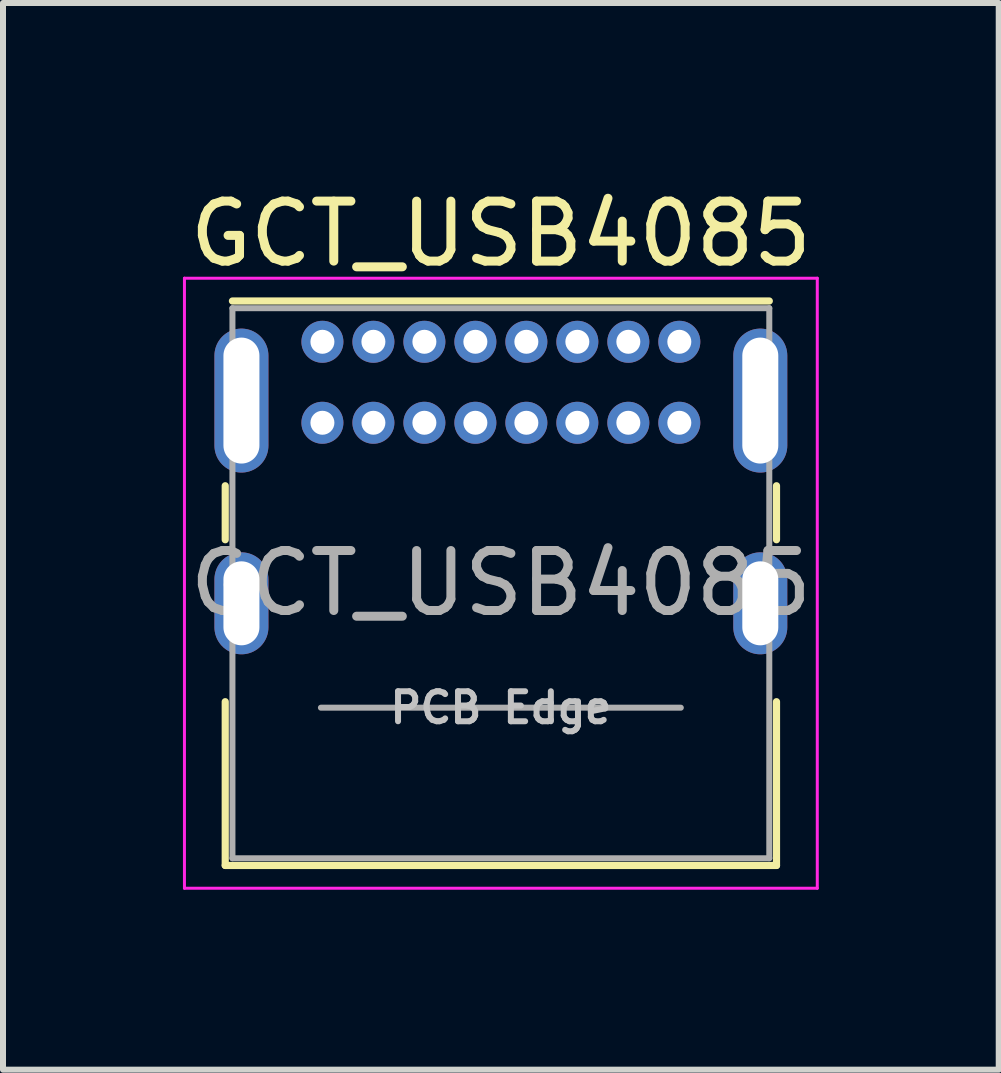
<source format=kicad_pcb>
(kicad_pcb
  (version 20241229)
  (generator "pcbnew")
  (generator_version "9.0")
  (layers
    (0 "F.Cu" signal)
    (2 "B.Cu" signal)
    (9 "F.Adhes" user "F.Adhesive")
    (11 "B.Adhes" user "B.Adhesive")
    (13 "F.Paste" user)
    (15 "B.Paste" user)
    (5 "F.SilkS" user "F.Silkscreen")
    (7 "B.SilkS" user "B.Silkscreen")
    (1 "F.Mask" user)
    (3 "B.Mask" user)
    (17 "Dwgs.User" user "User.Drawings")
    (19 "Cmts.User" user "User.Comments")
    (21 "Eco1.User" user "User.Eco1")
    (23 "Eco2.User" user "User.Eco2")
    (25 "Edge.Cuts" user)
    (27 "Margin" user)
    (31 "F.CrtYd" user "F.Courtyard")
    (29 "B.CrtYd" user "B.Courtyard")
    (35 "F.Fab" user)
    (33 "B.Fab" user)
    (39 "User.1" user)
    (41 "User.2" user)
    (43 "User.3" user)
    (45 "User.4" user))
  (footprint "GCT_USB4085"
    (layer "F.Cu")
    (at 2.325 2.648)
    (property "Reference" "GCT_USB4085" (at 2.975 -1.8 0) (layer "F.SilkS") (effects (font (size 1 1) (thickness 0.15))))
    (attr through_hole)
    (fp_line (start -1.62 2.4) (end -1.62 3.3) (stroke (width 0.12) (type solid)) (layer "F.SilkS"))
    (fp_line (start -1.62 6) (end -1.62 8.73) (stroke (width 0.12) (type solid)) (layer "F.SilkS"))
    (fp_line (start -1.62 8.73) (end 7.57 8.73) (stroke (width 0.12) (type solid)) (layer "F.SilkS"))
    (fp_line (start -1.5 -0.68) (end 7.45 -0.68) (stroke (width 0.12) (type solid)) (layer "F.SilkS"))
    (fp_line (start 7.57 2.4) (end 7.57 3.3) (stroke (width 0.12) (type solid)) (layer "F.SilkS"))
    (fp_line (start 7.57 6) (end 7.57 8.73) (stroke (width 0.12) (type solid)) (layer "F.SilkS"))
    (fp_line (start -2.3 -1.06) (end -2.3 9.11) (stroke (width 0.05) (type solid)) (layer "F.CrtYd"))
    (fp_line (start -2.3 -1.06) (end 8.25 -1.06) (stroke (width 0.05) (type solid)) (layer "F.CrtYd"))
    (fp_line (start -2.3 9.11) (end 8.25 9.11) (stroke (width 0.05) (type solid)) (layer "F.CrtYd"))
    (fp_line (start 8.25 -1.06) (end 8.25 9.11) (stroke (width 0.05) (type solid)) (layer "F.CrtYd"))
    (fp_line (start -1.5 -0.56) (end -1.5 8.61) (stroke (width 0.1) (type solid)) (layer "F.Fab"))
    (fp_line (start -1.5 -0.56) (end 7.45 -0.56) (stroke (width 0.1) (type solid)) (layer "F.Fab"))
    (fp_line (start -1.5 8.61) (end 7.45 8.61) (stroke (width 0.1) (type solid)) (layer "F.Fab"))
    (fp_line (start -0.025 6.1) (end 5.975 6.1) (stroke (width 0.1) (type solid)) (layer "F.Fab"))
    (fp_line (start 7.45 -0.56) (end 7.45 8.61) (stroke (width 0.1) (type solid)) (layer "F.Fab"))
    (fp_text user "PCB Edge" (at 2.975 6.1 0) (layer "Dwgs.User") (effects (font (size 0.5 0.5) (thickness 0.1))))
    (fp_text user "${REFERENCE}" (at 2.975 4.025 0) (layer "F.Fab") (effects (font (size 1 1) (thickness 0.15))))
    (pad "A1" thru_hole circle (at 0 0) (size 0.7 0.7) (drill 0.4) (layers "*.Cu" "*.Mask"))
    (pad "A4" thru_hole circle (at 0.85 0) (size 0.7 0.7) (drill 0.4) (layers "*.Cu" "*.Mask"))
    (pad "A5" thru_hole circle (at 1.7 0) (size 0.7 0.7) (drill 0.4) (layers "*.Cu" "*.Mask"))
    (pad "A6" thru_hole circle (at 2.55 0) (size 0.7 0.7) (drill 0.4) (layers "*.Cu" "*.Mask"))
    (pad "A7" thru_hole circle (at 3.4 0) (size 0.7 0.7) (drill 0.4) (layers "*.Cu" "*.Mask"))
    (pad "A8" thru_hole circle (at 4.25 0) (size 0.7 0.7) (drill 0.4) (layers "*.Cu" "*.Mask"))
    (pad "A9" thru_hole circle (at 5.1 0) (size 0.7 0.7) (drill 0.4) (layers "*.Cu" "*.Mask"))
    (pad "A12" thru_hole circle (at 5.95 0) (size 0.7 0.7) (drill 0.4) (layers "*.Cu" "*.Mask"))
    (pad "B1" thru_hole circle (at 5.95 1.35) (size 0.7 0.7) (drill 0.4) (layers "*.Cu" "*.Mask"))
    (pad "B4" thru_hole circle (at 5.1 1.35) (size 0.7 0.7) (drill 0.4) (layers "*.Cu" "*.Mask"))
    (pad "B5" thru_hole circle (at 4.25 1.35) (size 0.7 0.7) (drill 0.4) (layers "*.Cu" "*.Mask"))
    (pad "B6" thru_hole circle (at 3.4 1.35) (size 0.7 0.7) (drill 0.4) (layers "*.Cu" "*.Mask"))
    (pad "B7" thru_hole circle (at 2.55 1.35) (size 0.7 0.7) (drill 0.4) (layers "*.Cu" "*.Mask"))
    (pad "B8" thru_hole circle (at 1.7 1.35) (size 0.7 0.7) (drill 0.4) (layers "*.Cu" "*.Mask"))
    (pad "B9" thru_hole circle (at 0.85 1.35) (size 0.7 0.7) (drill 0.4) (layers "*.Cu" "*.Mask"))
    (pad "B12" thru_hole circle (at 0 1.35) (size 0.7 0.7) (drill 0.4) (layers "*.Cu" "*.Mask"))
    (pad "S1" thru_hole oval (at -1.35 0.98) (size 0.9 2.4) (drill oval 0.6 2.1) (layers "*.Cu" "*.Mask"))
    (pad "S1" thru_hole oval (at -1.35 4.36) (size 0.9 1.7) (drill oval 0.6 1.4) (layers "*.Cu" "*.Mask"))
    (pad "S1" thru_hole oval (at 7.3 0.98) (size 0.9 2.4) (drill oval 0.6 2.1) (layers "*.Cu" "*.Mask"))
    (pad "S1" thru_hole oval (at 7.3 4.36) (size 0.9 1.7) (drill oval 0.6 1.4) (layers "*.Cu" "*.Mask")))
  (gr_rect
    (start -3 -3)
    (end 13.6 14.783)
    (stroke (width 0.1) (type default))
    (fill no)
    (layer "Edge.Cuts")))
</source>
